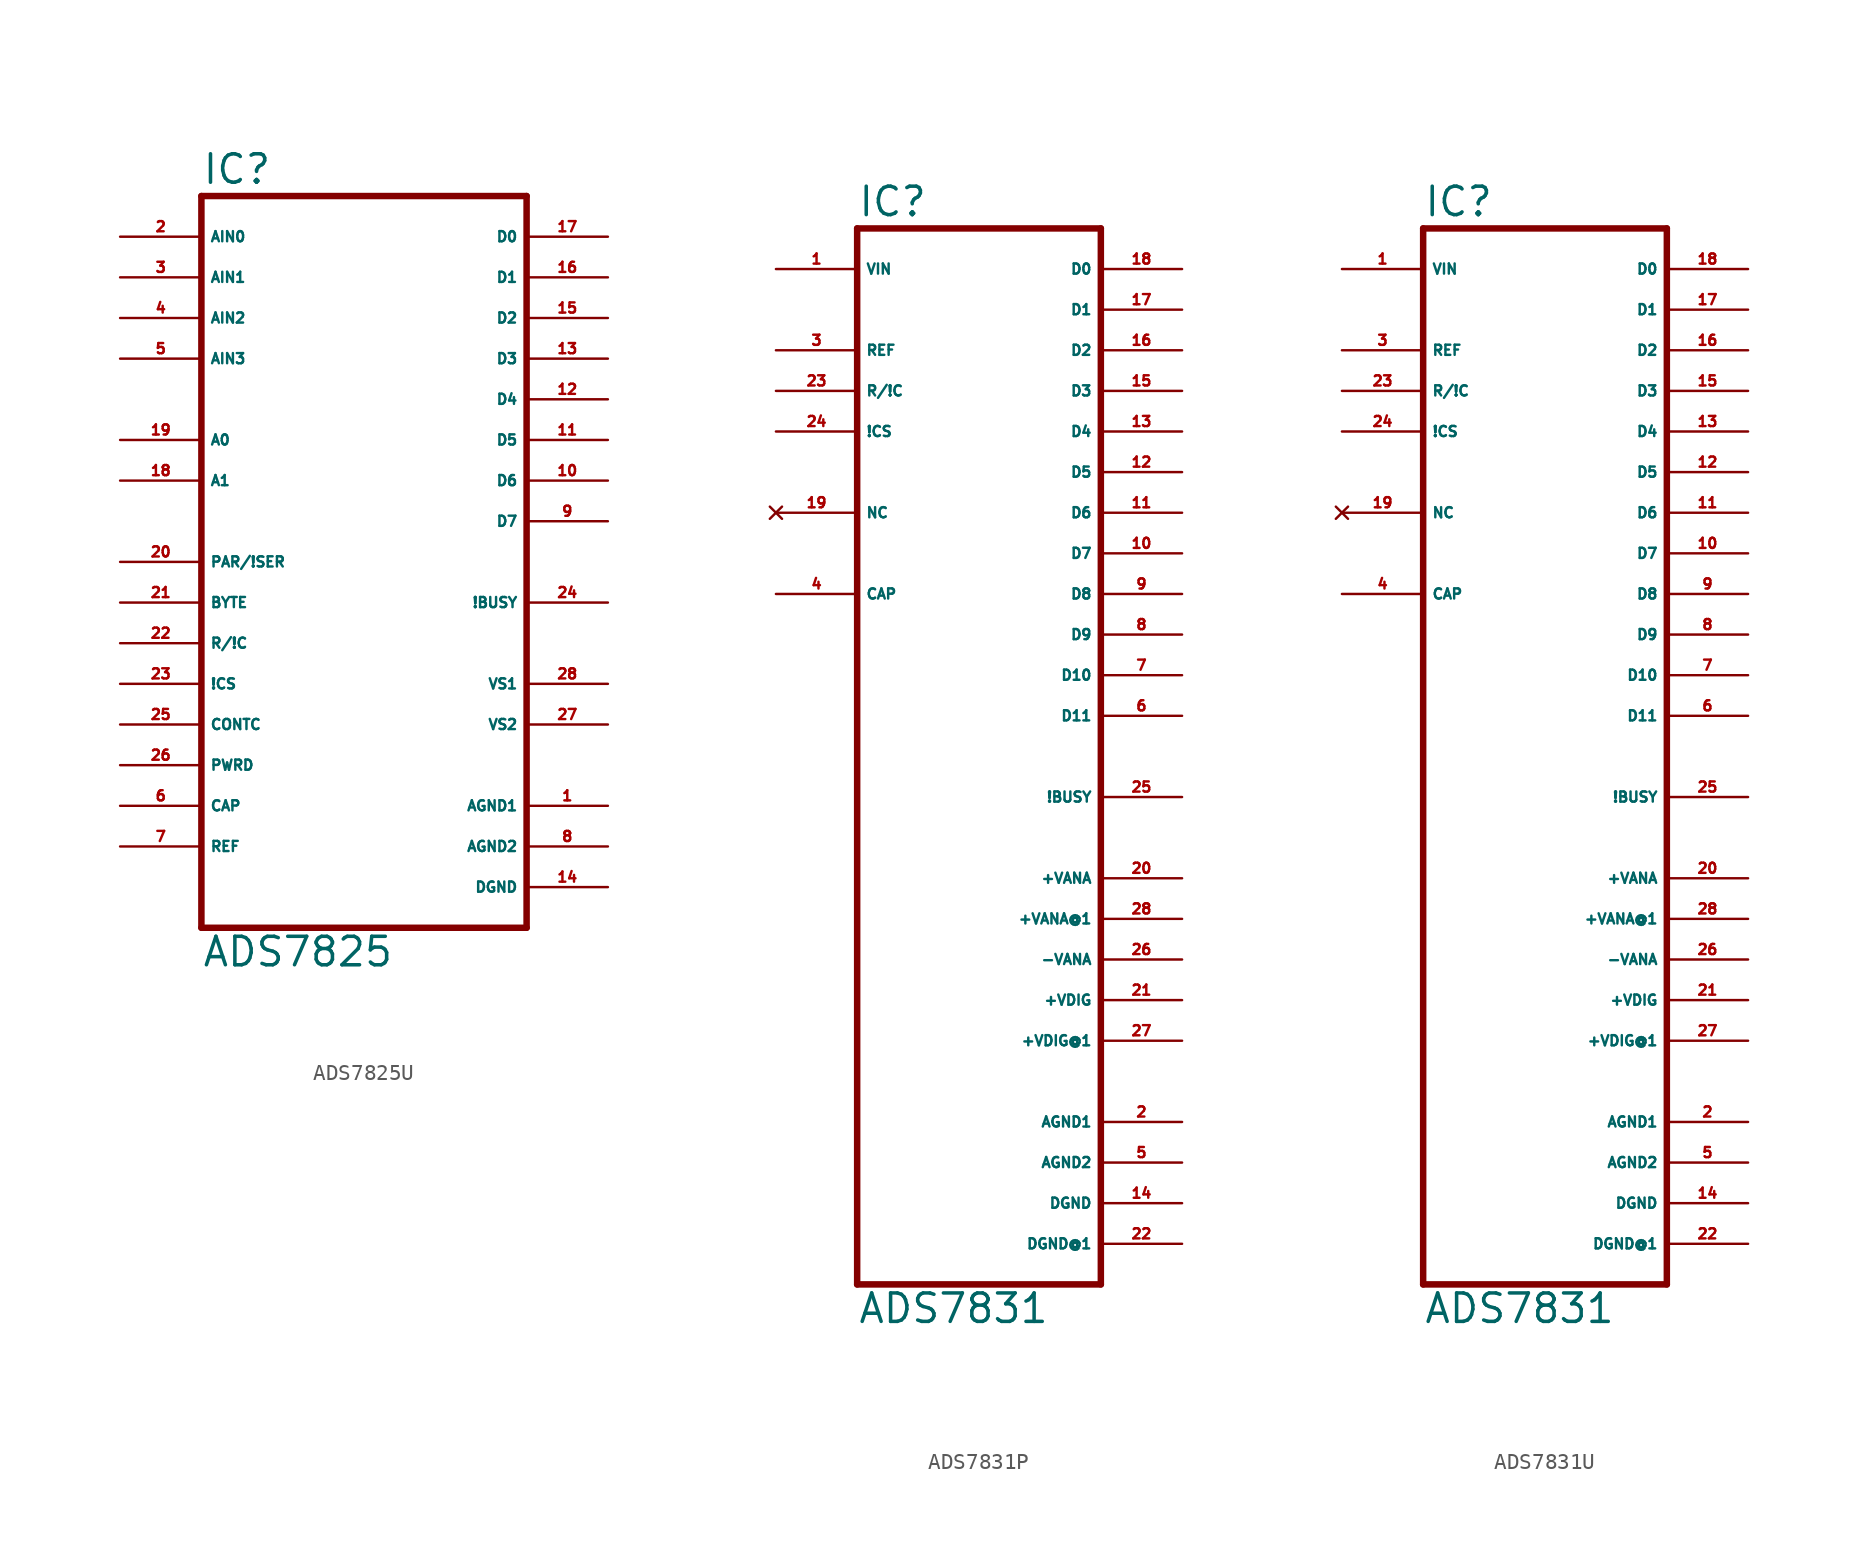
<source format=kicad_sym>
(kicad_symbol_lib
  (version 20220914)
  (generator Eagle2Kicad)
  (symbol "ADS7825U"
    (property "Reference" "IC"
      (at -10.16 23.495 0)
      (effects (font (size 1.778 1.778) (thickness 0.22)) (justify left bottom)))
    (property "Value" "ADS7825"
      (at -10.16 -25.4 0)
      (effects (font (size 1.778 1.778) (thickness 0.22)) (justify left bottom)))
    (polyline
      (pts (xy -10.16 -22.86) (xy 10.16 -22.86))
      (stroke (width 0.406) (type default))
      (fill (type none)))
    (polyline
      (pts (xy 10.16 -22.86) (xy 10.16 22.86))
      (stroke (width 0.406) (type default))
      (fill (type none)))
    (polyline
      (pts (xy 10.16 22.86) (xy -10.16 22.86))
      (stroke (width 0.406) (type default))
      (fill (type none)))
    (polyline
      (pts (xy -10.16 22.86) (xy -10.16 -22.86))
      (stroke (width 0.406) (type default))
      (fill (type none)))
    (pin input line
      (at -15.24 20.32 0)
      (length 5.08)
      (name "AIN0" (effects (font (size 0.635 0.635) (thickness 0.08)) (justify left bottom)))
      (number "2" (effects (font (size 0.635 0.635) (thickness 0.08)) (justify left bottom))))
    (pin input line
      (at -15.24 17.78 0)
      (length 5.08)
      (name "AIN1" (effects (font (size 0.635 0.635) (thickness 0.08)) (justify left bottom)))
      (number "3" (effects (font (size 0.635 0.635) (thickness 0.08)) (justify left bottom))))
    (pin input line
      (at -15.24 12.7 0)
      (length 5.08)
      (name "AIN3" (effects (font (size 0.635 0.635) (thickness 0.08)) (justify left bottom)))
      (number "5" (effects (font (size 0.635 0.635) (thickness 0.08)) (justify left bottom))))
    (pin input line
      (at -15.24 15.24 0)
      (length 5.08)
      (name "AIN2" (effects (font (size 0.635 0.635) (thickness 0.08)) (justify left bottom)))
      (number "4" (effects (font (size 0.635 0.635) (thickness 0.08)) (justify left bottom))))
    (pin input line
      (at -15.24 0 0)
      (length 5.08)
      (name "PAR/!SER" (effects (font (size 0.635 0.635) (thickness 0.08)) (justify left bottom)))
      (number "20" (effects (font (size 0.635 0.635) (thickness 0.08)) (justify left bottom))))
    (pin input line
      (at -15.24 -2.54 0)
      (length 5.08)
      (name "BYTE" (effects (font (size 0.635 0.635) (thickness 0.08)) (justify left bottom)))
      (number "21" (effects (font (size 0.635 0.635) (thickness 0.08)) (justify left bottom))))
    (pin input line
      (at -15.24 -5.08 0)
      (length 5.08)
      (name "R/!C" (effects (font (size 0.635 0.635) (thickness 0.08)) (justify left bottom)))
      (number "22" (effects (font (size 0.635 0.635) (thickness 0.08)) (justify left bottom))))
    (pin input line
      (at -15.24 -7.62 0)
      (length 5.08)
      (name "!CS" (effects (font (size 0.635 0.635) (thickness 0.08)) (justify left bottom)))
      (number "23" (effects (font (size 0.635 0.635) (thickness 0.08)) (justify left bottom))))
    (pin input line
      (at -15.24 -10.16 0)
      (length 5.08)
      (name "CONTC" (effects (font (size 0.635 0.635) (thickness 0.08)) (justify left bottom)))
      (number "25" (effects (font (size 0.635 0.635) (thickness 0.08)) (justify left bottom))))
    (pin input line
      (at -15.24 -12.7 0)
      (length 5.08)
      (name "PWRD" (effects (font (size 0.635 0.635) (thickness 0.08)) (justify left bottom)))
      (number "26" (effects (font (size 0.635 0.635) (thickness 0.08)) (justify left bottom))))
    (pin bidirectional line
      (at 15.24 20.32 180)
      (length 5.08)
      (name "D0" (effects (font (size 0.635 0.635) (thickness 0.08)) (justify left bottom)))
      (number "17" (effects (font (size 0.635 0.635) (thickness 0.08)) (justify left bottom))))
    (pin bidirectional line
      (at 15.24 15.24 180)
      (length 5.08)
      (name "D2" (effects (font (size 0.635 0.635) (thickness 0.08)) (justify left bottom)))
      (number "15" (effects (font (size 0.635 0.635) (thickness 0.08)) (justify left bottom))))
    (pin bidirectional line
      (at 15.24 10.16 180)
      (length 5.08)
      (name "D4" (effects (font (size 0.635 0.635) (thickness 0.08)) (justify left bottom)))
      (number "12" (effects (font (size 0.635 0.635) (thickness 0.08)) (justify left bottom))))
    (pin bidirectional line
      (at -15.24 7.62 0)
      (length 5.08)
      (name "A0" (effects (font (size 0.635 0.635) (thickness 0.08)) (justify left bottom)))
      (number "19" (effects (font (size 0.635 0.635) (thickness 0.08)) (justify left bottom))))
    (pin bidirectional line
      (at -15.24 5.08 0)
      (length 5.08)
      (name "A1" (effects (font (size 0.635 0.635) (thickness 0.08)) (justify left bottom)))
      (number "18" (effects (font (size 0.635 0.635) (thickness 0.08)) (justify left bottom))))
    (pin output line
      (at 15.24 17.78 180)
      (length 5.08)
      (name "D1" (effects (font (size 0.635 0.635) (thickness 0.08)) (justify left bottom)))
      (number "16" (effects (font (size 0.635 0.635) (thickness 0.08)) (justify left bottom))))
    (pin output line
      (at 15.24 12.7 180)
      (length 5.08)
      (name "D3" (effects (font (size 0.635 0.635) (thickness 0.08)) (justify left bottom)))
      (number "13" (effects (font (size 0.635 0.635) (thickness 0.08)) (justify left bottom))))
    (pin output line
      (at 15.24 7.62 180)
      (length 5.08)
      (name "D5" (effects (font (size 0.635 0.635) (thickness 0.08)) (justify left bottom)))
      (number "11" (effects (font (size 0.635 0.635) (thickness 0.08)) (justify left bottom))))
    (pin output line
      (at 15.24 5.08 180)
      (length 5.08)
      (name "D6" (effects (font (size 0.635 0.635) (thickness 0.08)) (justify left bottom)))
      (number "10" (effects (font (size 0.635 0.635) (thickness 0.08)) (justify left bottom))))
    (pin output line
      (at 15.24 2.54 180)
      (length 5.08)
      (name "D7" (effects (font (size 0.635 0.635) (thickness 0.08)) (justify left bottom)))
      (number "9" (effects (font (size 0.635 0.635) (thickness 0.08)) (justify left bottom))))
    (pin output line
      (at 15.24 -2.54 180)
      (length 5.08)
      (name "!BUSY" (effects (font (size 0.635 0.635) (thickness 0.08)) (justify left bottom)))
      (number "24" (effects (font (size 0.635 0.635) (thickness 0.08)) (justify left bottom))))
    (pin unspecified line
      (at 15.24 -15.24 180)
      (length 5.08)
      (name "AGND1" (effects (font (size 0.635 0.635) (thickness 0.08)) (justify left bottom)))
      (number "1" (effects (font (size 0.635 0.635) (thickness 0.08)) (justify left bottom))))
    (pin unspecified line
      (at 15.24 -17.78 180)
      (length 5.08)
      (name "AGND2" (effects (font (size 0.635 0.635) (thickness 0.08)) (justify left bottom)))
      (number "8" (effects (font (size 0.635 0.635) (thickness 0.08)) (justify left bottom))))
    (pin unspecified line
      (at 15.24 -20.32 180)
      (length 5.08)
      (name "DGND" (effects (font (size 0.635 0.635) (thickness 0.08)) (justify left bottom)))
      (number "14" (effects (font (size 0.635 0.635) (thickness 0.08)) (justify left bottom))))
    (pin unspecified line
      (at 15.24 -7.62 180)
      (length 5.08)
      (name "VS1" (effects (font (size 0.635 0.635) (thickness 0.08)) (justify left bottom)))
      (number "28" (effects (font (size 0.635 0.635) (thickness 0.08)) (justify left bottom))))
    (pin unspecified line
      (at 15.24 -10.16 180)
      (length 5.08)
      (name "VS2" (effects (font (size 0.635 0.635) (thickness 0.08)) (justify left bottom)))
      (number "27" (effects (font (size 0.635 0.635) (thickness 0.08)) (justify left bottom))))
    (pin input line
      (at -15.24 -15.24 0)
      (length 5.08)
      (name "CAP" (effects (font (size 0.635 0.635) (thickness 0.08)) (justify left bottom)))
      (number "6" (effects (font (size 0.635 0.635) (thickness 0.08)) (justify left bottom))))
    (pin bidirectional line
      (at -15.24 -17.78 0)
      (length 5.08)
      (name "REF" (effects (font (size 0.635 0.635) (thickness 0.08)) (justify left bottom)))
      (number "7" (effects (font (size 0.635 0.635) (thickness 0.08)) (justify left bottom)))))
  (symbol "ADS7831P"
    (property "Reference" "IC"
      (at -7.62 33.655 0)
      (effects (font (size 1.778 1.778) (thickness 0.22)) (justify left bottom)))
    (property "Value" "ADS7831"
      (at -7.62 -35.56 0)
      (effects (font (size 1.778 1.778) (thickness 0.22)) (justify left bottom)))
    (polyline
      (pts (xy 7.62 -33.02) (xy -7.62 -33.02))
      (stroke (width 0.406) (type default))
      (fill (type none)))
    (polyline
      (pts (xy -7.62 -33.02) (xy -7.62 33.02))
      (stroke (width 0.406) (type default))
      (fill (type none)))
    (polyline
      (pts (xy -7.62 33.02) (xy 7.62 33.02))
      (stroke (width 0.406) (type default))
      (fill (type none)))
    (polyline
      (pts (xy 7.62 33.02) (xy 7.62 -33.02))
      (stroke (width 0.406) (type default))
      (fill (type none)))
    (pin input line
      (at -12.7 30.48 0)
      (length 5.08)
      (name "VIN" (effects (font (size 0.635 0.635) (thickness 0.08)) (justify left bottom)))
      (number "1" (effects (font (size 0.635 0.635) (thickness 0.08)) (justify left bottom))))
    (pin input line
      (at -12.7 22.86 0)
      (length 5.08)
      (name "R/!C" (effects (font (size 0.635 0.635) (thickness 0.08)) (justify left bottom)))
      (number "23" (effects (font (size 0.635 0.635) (thickness 0.08)) (justify left bottom))))
    (pin input line
      (at -12.7 20.32 0)
      (length 5.08)
      (name "!CS" (effects (font (size 0.635 0.635) (thickness 0.08)) (justify left bottom)))
      (number "24" (effects (font (size 0.635 0.635) (thickness 0.08)) (justify left bottom))))
    (pin output line
      (at 12.7 30.48 180)
      (length 5.08)
      (name "D0" (effects (font (size 0.635 0.635) (thickness 0.08)) (justify left bottom)))
      (number "18" (effects (font (size 0.635 0.635) (thickness 0.08)) (justify left bottom))))
    (pin output line
      (at 12.7 27.94 180)
      (length 5.08)
      (name "D1" (effects (font (size 0.635 0.635) (thickness 0.08)) (justify left bottom)))
      (number "17" (effects (font (size 0.635 0.635) (thickness 0.08)) (justify left bottom))))
    (pin output line
      (at 12.7 25.4 180)
      (length 5.08)
      (name "D2" (effects (font (size 0.635 0.635) (thickness 0.08)) (justify left bottom)))
      (number "16" (effects (font (size 0.635 0.635) (thickness 0.08)) (justify left bottom))))
    (pin output line
      (at 12.7 22.86 180)
      (length 5.08)
      (name "D3" (effects (font (size 0.635 0.635) (thickness 0.08)) (justify left bottom)))
      (number "15" (effects (font (size 0.635 0.635) (thickness 0.08)) (justify left bottom))))
    (pin output line
      (at 12.7 20.32 180)
      (length 5.08)
      (name "D4" (effects (font (size 0.635 0.635) (thickness 0.08)) (justify left bottom)))
      (number "13" (effects (font (size 0.635 0.635) (thickness 0.08)) (justify left bottom))))
    (pin output line
      (at 12.7 17.78 180)
      (length 5.08)
      (name "D5" (effects (font (size 0.635 0.635) (thickness 0.08)) (justify left bottom)))
      (number "12" (effects (font (size 0.635 0.635) (thickness 0.08)) (justify left bottom))))
    (pin output line
      (at 12.7 15.24 180)
      (length 5.08)
      (name "D6" (effects (font (size 0.635 0.635) (thickness 0.08)) (justify left bottom)))
      (number "11" (effects (font (size 0.635 0.635) (thickness 0.08)) (justify left bottom))))
    (pin output line
      (at 12.7 12.7 180)
      (length 5.08)
      (name "D7" (effects (font (size 0.635 0.635) (thickness 0.08)) (justify left bottom)))
      (number "10" (effects (font (size 0.635 0.635) (thickness 0.08)) (justify left bottom))))
    (pin output line
      (at 12.7 10.16 180)
      (length 5.08)
      (name "D8" (effects (font (size 0.635 0.635) (thickness 0.08)) (justify left bottom)))
      (number "9" (effects (font (size 0.635 0.635) (thickness 0.08)) (justify left bottom))))
    (pin output line
      (at 12.7 7.62 180)
      (length 5.08)
      (name "D9" (effects (font (size 0.635 0.635) (thickness 0.08)) (justify left bottom)))
      (number "8" (effects (font (size 0.635 0.635) (thickness 0.08)) (justify left bottom))))
    (pin output line
      (at 12.7 5.08 180)
      (length 5.08)
      (name "D10" (effects (font (size 0.635 0.635) (thickness 0.08)) (justify left bottom)))
      (number "7" (effects (font (size 0.635 0.635) (thickness 0.08)) (justify left bottom))))
    (pin output line
      (at 12.7 2.54 180)
      (length 5.08)
      (name "D11" (effects (font (size 0.635 0.635) (thickness 0.08)) (justify left bottom)))
      (number "6" (effects (font (size 0.635 0.635) (thickness 0.08)) (justify left bottom))))
    (pin output line
      (at 12.7 -2.54 180)
      (length 5.08)
      (name "!BUSY" (effects (font (size 0.635 0.635) (thickness 0.08)) (justify left bottom)))
      (number "25" (effects (font (size 0.635 0.635) (thickness 0.08)) (justify left bottom))))
    (pin passive line
      (at -12.7 10.16 0)
      (length 5.08)
      (name "CAP" (effects (font (size 0.635 0.635) (thickness 0.08)) (justify left bottom)))
      (number "4" (effects (font (size 0.635 0.635) (thickness 0.08)) (justify left bottom))))
    (pin unspecified line
      (at 12.7 -7.62 180)
      (length 5.08)
      (name "+VANA" (effects (font (size 0.635 0.635) (thickness 0.08)) (justify left bottom)))
      (number "20" (effects (font (size 0.635 0.635) (thickness 0.08)) (justify left bottom))))
    (pin unspecified line
      (at 12.7 -10.16 180)
      (length 5.08)
      (name "+VANA@1" (effects (font (size 0.635 0.635) (thickness 0.08)) (justify left bottom)))
      (number "28" (effects (font (size 0.635 0.635) (thickness 0.08)) (justify left bottom))))
    (pin unspecified line
      (at 12.7 -12.7 180)
      (length 5.08)
      (name "-VANA" (effects (font (size 0.635 0.635) (thickness 0.08)) (justify left bottom)))
      (number "26" (effects (font (size 0.635 0.635) (thickness 0.08)) (justify left bottom))))
    (pin no_connect line
      (at -12.7 15.24 0)
      (length 5.08)
      (name "NC" (effects (font (size 0.635 0.635) (thickness 0.08)) (justify left bottom) hide))
      (number "19" (effects (font (size 0.635 0.635) (thickness 0.08)) (justify left bottom) hide)))
    (pin unspecified line
      (at 12.7 -17.78 180)
      (length 5.08)
      (name "+VDIG@1" (effects (font (size 0.635 0.635) (thickness 0.08)) (justify left bottom)))
      (number "27" (effects (font (size 0.635 0.635) (thickness 0.08)) (justify left bottom))))
    (pin unspecified line
      (at 12.7 -15.24 180)
      (length 5.08)
      (name "+VDIG" (effects (font (size 0.635 0.635) (thickness 0.08)) (justify left bottom)))
      (number "21" (effects (font (size 0.635 0.635) (thickness 0.08)) (justify left bottom))))
    (pin unspecified line
      (at 12.7 -22.86 180)
      (length 5.08)
      (name "AGND1" (effects (font (size 0.635 0.635) (thickness 0.08)) (justify left bottom)))
      (number "2" (effects (font (size 0.635 0.635) (thickness 0.08)) (justify left bottom))))
    (pin unspecified line
      (at 12.7 -25.4 180)
      (length 5.08)
      (name "AGND2" (effects (font (size 0.635 0.635) (thickness 0.08)) (justify left bottom)))
      (number "5" (effects (font (size 0.635 0.635) (thickness 0.08)) (justify left bottom))))
    (pin unspecified line
      (at 12.7 -27.94 180)
      (length 5.08)
      (name "DGND" (effects (font (size 0.635 0.635) (thickness 0.08)) (justify left bottom)))
      (number "14" (effects (font (size 0.635 0.635) (thickness 0.08)) (justify left bottom))))
    (pin bidirectional line
      (at -12.7 25.4 0)
      (length 5.08)
      (name "REF" (effects (font (size 0.635 0.635) (thickness 0.08)) (justify left bottom)))
      (number "3" (effects (font (size 0.635 0.635) (thickness 0.08)) (justify left bottom))))
    (pin unspecified line
      (at 12.7 -30.48 180)
      (length 5.08)
      (name "DGND@1" (effects (font (size 0.635 0.635) (thickness 0.08)) (justify left bottom)))
      (number "22" (effects (font (size 0.635 0.635) (thickness 0.08)) (justify left bottom)))))
  (symbol "ADS7831U"
    (property "Reference" "IC"
      (at -7.62 33.655 0)
      (effects (font (size 1.778 1.778) (thickness 0.22)) (justify left bottom)))
    (property "Value" "ADS7831"
      (at -7.62 -35.56 0)
      (effects (font (size 1.778 1.778) (thickness 0.22)) (justify left bottom)))
    (polyline
      (pts (xy 7.62 -33.02) (xy -7.62 -33.02))
      (stroke (width 0.406) (type default))
      (fill (type none)))
    (polyline
      (pts (xy -7.62 -33.02) (xy -7.62 33.02))
      (stroke (width 0.406) (type default))
      (fill (type none)))
    (polyline
      (pts (xy -7.62 33.02) (xy 7.62 33.02))
      (stroke (width 0.406) (type default))
      (fill (type none)))
    (polyline
      (pts (xy 7.62 33.02) (xy 7.62 -33.02))
      (stroke (width 0.406) (type default))
      (fill (type none)))
    (pin input line
      (at -12.7 30.48 0)
      (length 5.08)
      (name "VIN" (effects (font (size 0.635 0.635) (thickness 0.08)) (justify left bottom)))
      (number "1" (effects (font (size 0.635 0.635) (thickness 0.08)) (justify left bottom))))
    (pin input line
      (at -12.7 22.86 0)
      (length 5.08)
      (name "R/!C" (effects (font (size 0.635 0.635) (thickness 0.08)) (justify left bottom)))
      (number "23" (effects (font (size 0.635 0.635) (thickness 0.08)) (justify left bottom))))
    (pin input line
      (at -12.7 20.32 0)
      (length 5.08)
      (name "!CS" (effects (font (size 0.635 0.635) (thickness 0.08)) (justify left bottom)))
      (number "24" (effects (font (size 0.635 0.635) (thickness 0.08)) (justify left bottom))))
    (pin output line
      (at 12.7 30.48 180)
      (length 5.08)
      (name "D0" (effects (font (size 0.635 0.635) (thickness 0.08)) (justify left bottom)))
      (number "18" (effects (font (size 0.635 0.635) (thickness 0.08)) (justify left bottom))))
    (pin output line
      (at 12.7 27.94 180)
      (length 5.08)
      (name "D1" (effects (font (size 0.635 0.635) (thickness 0.08)) (justify left bottom)))
      (number "17" (effects (font (size 0.635 0.635) (thickness 0.08)) (justify left bottom))))
    (pin output line
      (at 12.7 25.4 180)
      (length 5.08)
      (name "D2" (effects (font (size 0.635 0.635) (thickness 0.08)) (justify left bottom)))
      (number "16" (effects (font (size 0.635 0.635) (thickness 0.08)) (justify left bottom))))
    (pin output line
      (at 12.7 22.86 180)
      (length 5.08)
      (name "D3" (effects (font (size 0.635 0.635) (thickness 0.08)) (justify left bottom)))
      (number "15" (effects (font (size 0.635 0.635) (thickness 0.08)) (justify left bottom))))
    (pin output line
      (at 12.7 20.32 180)
      (length 5.08)
      (name "D4" (effects (font (size 0.635 0.635) (thickness 0.08)) (justify left bottom)))
      (number "13" (effects (font (size 0.635 0.635) (thickness 0.08)) (justify left bottom))))
    (pin output line
      (at 12.7 17.78 180)
      (length 5.08)
      (name "D5" (effects (font (size 0.635 0.635) (thickness 0.08)) (justify left bottom)))
      (number "12" (effects (font (size 0.635 0.635) (thickness 0.08)) (justify left bottom))))
    (pin output line
      (at 12.7 15.24 180)
      (length 5.08)
      (name "D6" (effects (font (size 0.635 0.635) (thickness 0.08)) (justify left bottom)))
      (number "11" (effects (font (size 0.635 0.635) (thickness 0.08)) (justify left bottom))))
    (pin output line
      (at 12.7 12.7 180)
      (length 5.08)
      (name "D7" (effects (font (size 0.635 0.635) (thickness 0.08)) (justify left bottom)))
      (number "10" (effects (font (size 0.635 0.635) (thickness 0.08)) (justify left bottom))))
    (pin output line
      (at 12.7 10.16 180)
      (length 5.08)
      (name "D8" (effects (font (size 0.635 0.635) (thickness 0.08)) (justify left bottom)))
      (number "9" (effects (font (size 0.635 0.635) (thickness 0.08)) (justify left bottom))))
    (pin output line
      (at 12.7 7.62 180)
      (length 5.08)
      (name "D9" (effects (font (size 0.635 0.635) (thickness 0.08)) (justify left bottom)))
      (number "8" (effects (font (size 0.635 0.635) (thickness 0.08)) (justify left bottom))))
    (pin output line
      (at 12.7 5.08 180)
      (length 5.08)
      (name "D10" (effects (font (size 0.635 0.635) (thickness 0.08)) (justify left bottom)))
      (number "7" (effects (font (size 0.635 0.635) (thickness 0.08)) (justify left bottom))))
    (pin output line
      (at 12.7 2.54 180)
      (length 5.08)
      (name "D11" (effects (font (size 0.635 0.635) (thickness 0.08)) (justify left bottom)))
      (number "6" (effects (font (size 0.635 0.635) (thickness 0.08)) (justify left bottom))))
    (pin output line
      (at 12.7 -2.54 180)
      (length 5.08)
      (name "!BUSY" (effects (font (size 0.635 0.635) (thickness 0.08)) (justify left bottom)))
      (number "25" (effects (font (size 0.635 0.635) (thickness 0.08)) (justify left bottom))))
    (pin passive line
      (at -12.7 10.16 0)
      (length 5.08)
      (name "CAP" (effects (font (size 0.635 0.635) (thickness 0.08)) (justify left bottom)))
      (number "4" (effects (font (size 0.635 0.635) (thickness 0.08)) (justify left bottom))))
    (pin unspecified line
      (at 12.7 -7.62 180)
      (length 5.08)
      (name "+VANA" (effects (font (size 0.635 0.635) (thickness 0.08)) (justify left bottom)))
      (number "20" (effects (font (size 0.635 0.635) (thickness 0.08)) (justify left bottom))))
    (pin unspecified line
      (at 12.7 -10.16 180)
      (length 5.08)
      (name "+VANA@1" (effects (font (size 0.635 0.635) (thickness 0.08)) (justify left bottom)))
      (number "28" (effects (font (size 0.635 0.635) (thickness 0.08)) (justify left bottom))))
    (pin unspecified line
      (at 12.7 -12.7 180)
      (length 5.08)
      (name "-VANA" (effects (font (size 0.635 0.635) (thickness 0.08)) (justify left bottom)))
      (number "26" (effects (font (size 0.635 0.635) (thickness 0.08)) (justify left bottom))))
    (pin no_connect line
      (at -12.7 15.24 0)
      (length 5.08)
      (name "NC" (effects (font (size 0.635 0.635) (thickness 0.08)) (justify left bottom) hide))
      (number "19" (effects (font (size 0.635 0.635) (thickness 0.08)) (justify left bottom) hide)))
    (pin unspecified line
      (at 12.7 -17.78 180)
      (length 5.08)
      (name "+VDIG@1" (effects (font (size 0.635 0.635) (thickness 0.08)) (justify left bottom)))
      (number "27" (effects (font (size 0.635 0.635) (thickness 0.08)) (justify left bottom))))
    (pin unspecified line
      (at 12.7 -15.24 180)
      (length 5.08)
      (name "+VDIG" (effects (font (size 0.635 0.635) (thickness 0.08)) (justify left bottom)))
      (number "21" (effects (font (size 0.635 0.635) (thickness 0.08)) (justify left bottom))))
    (pin unspecified line
      (at 12.7 -22.86 180)
      (length 5.08)
      (name "AGND1" (effects (font (size 0.635 0.635) (thickness 0.08)) (justify left bottom)))
      (number "2" (effects (font (size 0.635 0.635) (thickness 0.08)) (justify left bottom))))
    (pin unspecified line
      (at 12.7 -25.4 180)
      (length 5.08)
      (name "AGND2" (effects (font (size 0.635 0.635) (thickness 0.08)) (justify left bottom)))
      (number "5" (effects (font (size 0.635 0.635) (thickness 0.08)) (justify left bottom))))
    (pin unspecified line
      (at 12.7 -27.94 180)
      (length 5.08)
      (name "DGND" (effects (font (size 0.635 0.635) (thickness 0.08)) (justify left bottom)))
      (number "14" (effects (font (size 0.635 0.635) (thickness 0.08)) (justify left bottom))))
    (pin bidirectional line
      (at -12.7 25.4 0)
      (length 5.08)
      (name "REF" (effects (font (size 0.635 0.635) (thickness 0.08)) (justify left bottom)))
      (number "3" (effects (font (size 0.635 0.635) (thickness 0.08)) (justify left bottom))))
    (pin unspecified line
      (at 12.7 -30.48 180)
      (length 5.08)
      (name "DGND@1" (effects (font (size 0.635 0.635) (thickness 0.08)) (justify left bottom)))
      (number "22" (effects (font (size 0.635 0.635) (thickness 0.08)) (justify left bottom))))))
</source>
